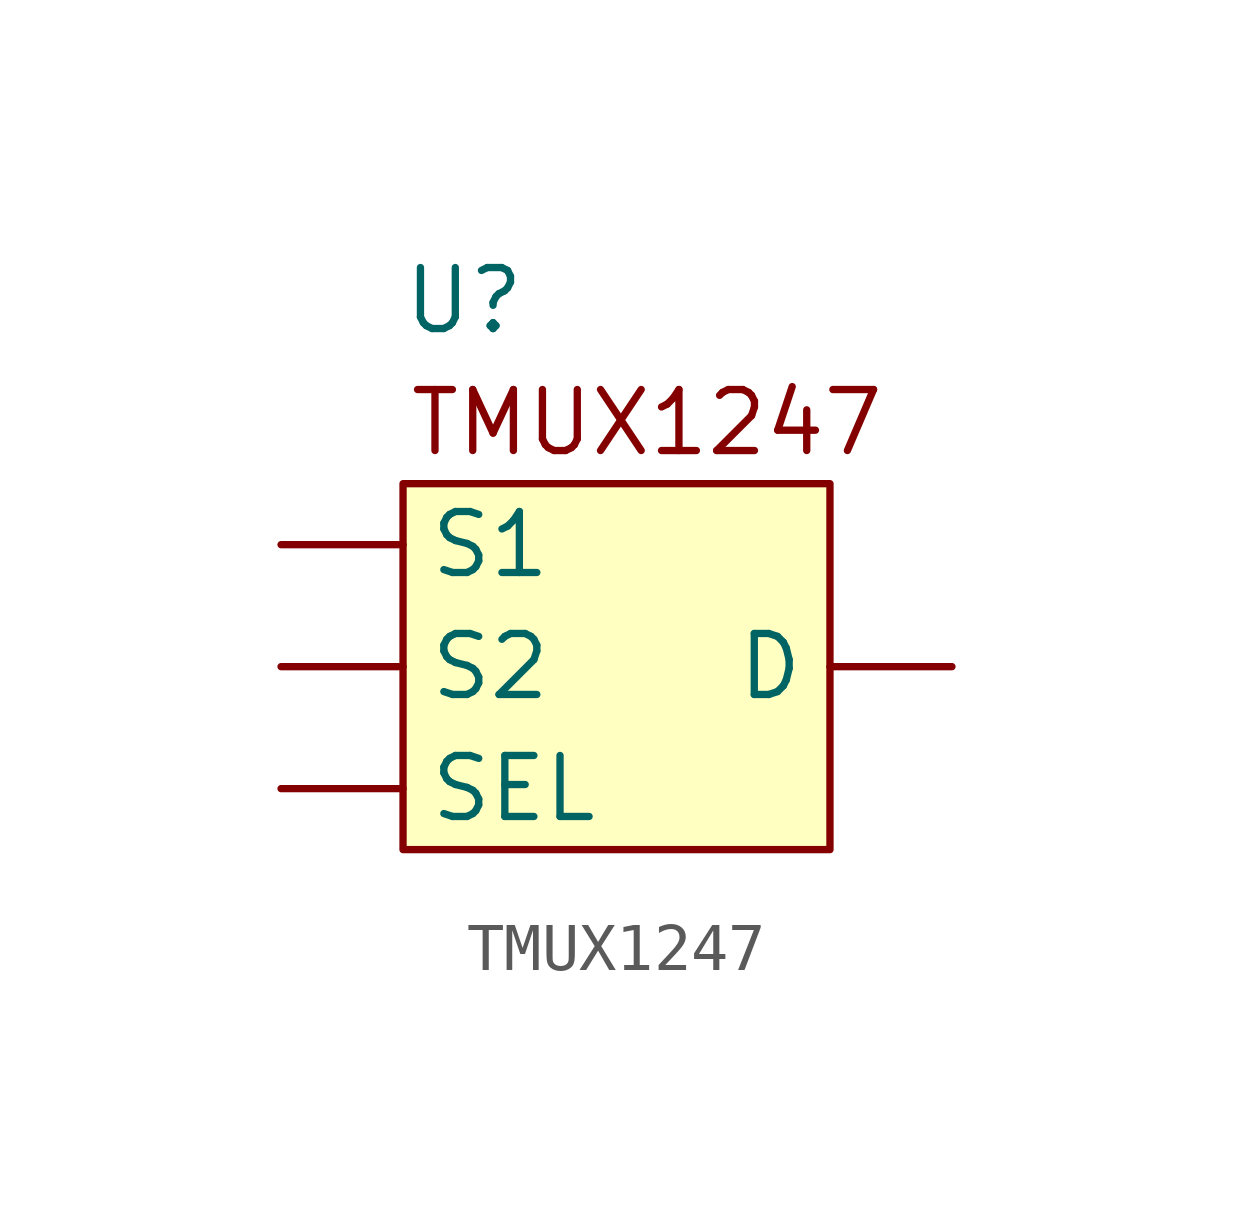
<source format=kicad_sym>
(kicad_symbol_lib
  (version 20220914)
  (generator kicad_symbol_editor)
  (symbol "TMUX1247"
    (property "Reference" "U"
      (at -1.27 2.54 0)
      (effects (font (size 1.27 1.27))))
    (property "Value" ""
      (at 0 0 0)
      (effects (font (size 1.27 1.27))))
    (symbol "TMUX1247_0_0"
      (text "" (at 2.54 0 0) (effects (font (size 1.27 1.27)))))
    (symbol "TMUX1247_1_1"
      (rectangle (start -2.54 -1.27) (end 6.35 -8.89) (stroke (width 0) (type default)) (fill (type background)))
      (text "TMUX1247" (at 2.54 0 0) (effects (font (size 1.27 1.27))))
      (pin output line (at 8.89 -5.08 180) (length 2.54) (name "D" (effects (font (size 1.27 1.27)))) (number "" (effects (font (size 1.27 1.27)))))
      (pin input line (at -5.08 -2.54 0) (length 2.54) (name "S1" (effects (font (size 1.27 1.27)))) (number "" (effects (font (size 1.27 1.27)))))
      (pin input line (at -5.08 -5.08 0) (length 2.54) (name "S2" (effects (font (size 1.27 1.27)))) (number "" (effects (font (size 1.27 1.27)))))
      (pin input line (at -5.08 -7.62 0) (length 2.54) (name "SEL" (effects (font (size 1.27 1.27)))) (number "" (effects (font (size 1.27 1.27))))))))
</source>
